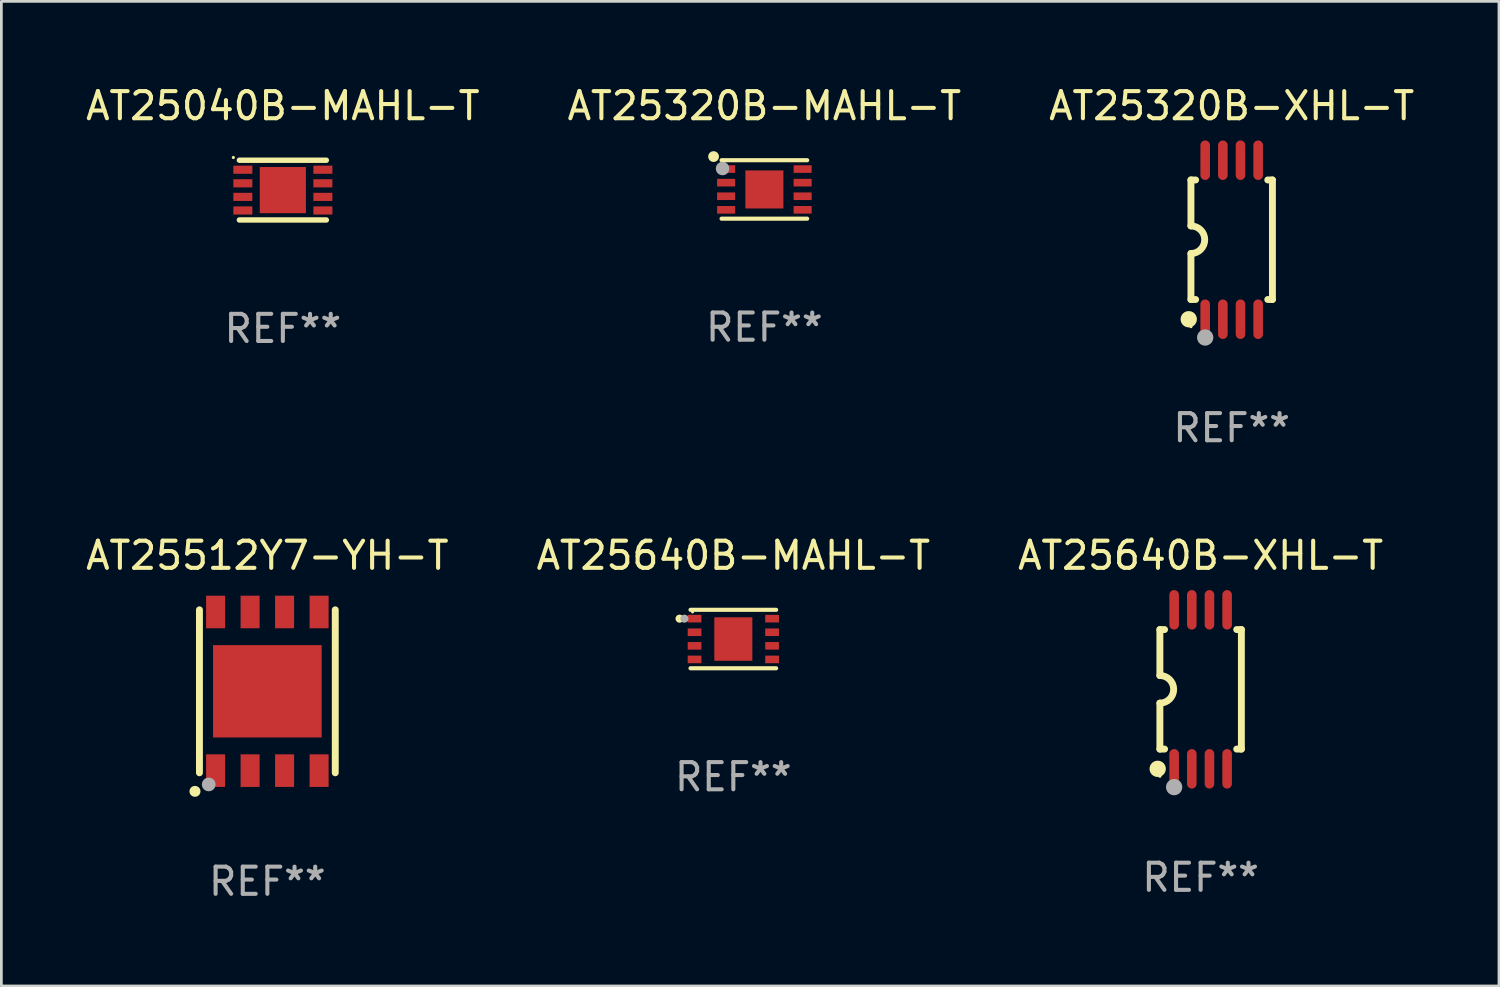
<source format=kicad_pcb>
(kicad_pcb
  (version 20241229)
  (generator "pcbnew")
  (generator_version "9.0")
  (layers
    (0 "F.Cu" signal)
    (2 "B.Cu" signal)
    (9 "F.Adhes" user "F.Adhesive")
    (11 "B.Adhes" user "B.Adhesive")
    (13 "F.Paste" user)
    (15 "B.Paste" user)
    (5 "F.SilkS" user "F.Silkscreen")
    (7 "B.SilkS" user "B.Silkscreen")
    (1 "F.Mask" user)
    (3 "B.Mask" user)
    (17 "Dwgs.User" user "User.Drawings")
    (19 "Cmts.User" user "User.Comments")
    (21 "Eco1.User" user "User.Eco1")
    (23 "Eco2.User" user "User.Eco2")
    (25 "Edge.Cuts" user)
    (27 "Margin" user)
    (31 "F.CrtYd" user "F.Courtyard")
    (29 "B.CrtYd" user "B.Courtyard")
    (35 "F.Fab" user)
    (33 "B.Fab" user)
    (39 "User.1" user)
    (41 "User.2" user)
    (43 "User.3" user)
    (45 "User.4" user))
  (footprint "AT25640B-XHL-T"
    (layer "F.Cu")
    (at 41.149 22.326)
    (property "Reference" "AT25640B-XHL-T" (at 0 -4.927 0) (layer "F.SilkS") (effects (font (size 1 1) (thickness 0.15))))
    (attr through_hole)
    (fp_line (start -1.5 -2.2) (end -1.5 -0.508) (stroke (width 0.254) (type solid)) (layer "F.SilkS"))
    (fp_line (start -1.5 -2.2) (end -1.328 -2.2) (stroke (width 0.254) (type solid)) (layer "F.SilkS"))
    (fp_line (start -1.5 2.2) (end -1.5 0.508) (stroke (width 0.254) (type solid)) (layer "F.SilkS"))
    (fp_line (start -1.5 2.2) (end -1.328 2.2) (stroke (width 0.254) (type solid)) (layer "F.SilkS"))
    (fp_line (start 1.328 -2.2) (end 1.5 -2.2) (stroke (width 0.254) (type solid)) (layer "F.SilkS"))
    (fp_line (start 1.328 2.2) (end 1.5 2.2) (stroke (width 0.254) (type solid)) (layer "F.SilkS"))
    (fp_line (start 1.5 -2.2) (end 1.5 2.2) (stroke (width 0.254) (type solid)) (layer "F.SilkS"))
    (fp_arc (start -1.501144 -0.508) (mid -0.993143 -0.000571) (end -1.5 0.508001) (stroke (width 0.254001) (type solid)) (layer "F.SilkS"))
    (fp_circle (center -1.581 2.927) (end -1.431 2.927) (stroke (width 0.3) (type solid)) (fill no) (layer "F.SilkS"))
    (fp_circle (center -1.5 3.2) (end -1.47 3.2) (stroke (width 0.06) (type solid)) (fill no) (layer "F.SilkS"))
    (fp_circle (center -0.975 3.6) (end -0.825 3.6) (stroke (width 0.3) (type solid)) (fill no) (layer "F.Fab"))
    (fp_text user "REF**" (at 0 6.927 0) (layer "F.Fab") (effects (font (size 1 1) (thickness 0.15))))
    (pad "1" smd oval (at -0.975 2.927) (size 0.353 1.454) (layers "F.Cu" "F.Mask" "F.Paste"))
    (pad "2" smd oval (at -0.325 2.927) (size 0.353 1.454) (layers "F.Cu" "F.Mask" "F.Paste"))
    (pad "3" smd oval (at 0.325 2.927) (size 0.353 1.454) (layers "F.Cu" "F.Mask" "F.Paste"))
    (pad "4" smd oval (at 0.975 2.927) (size 0.353 1.454) (layers "F.Cu" "F.Mask" "F.Paste"))
    (pad "5" smd oval (at 0.975 -2.927) (size 0.353 1.454) (layers "F.Cu" "F.Mask" "F.Paste"))
    (pad "6" smd oval (at 0.325 -2.927) (size 0.353 1.454) (layers "F.Cu" "F.Mask" "F.Paste"))
    (pad "7" smd oval (at -0.325 -2.927) (size 0.353 1.454) (layers "F.Cu" "F.Mask" "F.Paste"))
    (pad "8" smd oval (at -0.975 -2.927) (size 0.353 1.454) (layers "F.Cu" "F.Mask" "F.Paste")))
  (footprint "AT25040B-MAHL-T"
    (layer "F.Cu")
    (at 7.363 3.948)
    (property "Reference" "AT25040B-MAHL-T" (at 0 -3.1 0) (layer "F.SilkS") (effects (font (size 1 1) (thickness 0.15))))
    (attr through_hole)
    (fp_line (start -1.6 -1.1) (end 1.6 -1.1) (stroke (width 0.2) (type solid)) (layer "F.SilkS"))
    (fp_line (start -1.6 1.1) (end 1.6 1.1) (stroke (width 0.2) (type solid)) (layer "F.SilkS"))
    (fp_circle (center -1.823 -1.2) (end -1.793 -1.2) (stroke (width 0.06) (type solid)) (fill no) (layer "F.SilkS"))
    (fp_text user "REF**" (at 0 5.1 0) (layer "F.Fab") (effects (font (size 1 1) (thickness 0.15))))
    (pad "1" smd rect (at -1.473 -0.75) (size 0.7 0.3) (layers "F.Cu" "F.Mask" "F.Paste"))
    (pad "2" smd rect (at -1.473 -0.25) (size 0.7 0.3) (layers "F.Cu" "F.Mask" "F.Paste"))
    (pad "3" smd rect (at -1.473 0.25) (size 0.7 0.3) (layers "F.Cu" "F.Mask" "F.Paste"))
    (pad "4" smd rect (at -1.473 0.75) (size 0.7 0.3) (layers "F.Cu" "F.Mask" "F.Paste"))
    (pad "5" smd rect (at 1.473 0.75) (size 0.7 0.3) (layers "F.Cu" "F.Mask" "F.Paste"))
    (pad "6" smd rect (at 1.473 0.25) (size 0.7 0.3) (layers "F.Cu" "F.Mask" "F.Paste"))
    (pad "7" smd rect (at 1.473 -0.25) (size 0.7 0.3) (layers "F.Cu" "F.Mask" "F.Paste"))
    (pad "8" smd rect (at 1.473 -0.75) (size 0.7 0.3) (layers "F.Cu" "F.Mask" "F.Paste"))
    (pad "9" smd rect (at -0.001 -0.000254) (size 1.7 1.7) (layers "F.Cu" "F.Mask" "F.Paste")))
  (footprint "AT25512Y7-YH-T"
    (layer "F.Cu")
    (at 6.792 22.399)
    (property "Reference" "AT25512Y7-YH-T" (at 0 -5 0) (layer "F.SilkS") (effects (font (size 1 1) (thickness 0.15))))
    (attr through_hole)
    (fp_line (start -2.5 -3) (end -2.5 3) (stroke (width 0.254) (type solid)) (layer "F.SilkS"))
    (fp_line (start 2.5 -3) (end 2.5 3) (stroke (width 0.254) (type solid)) (layer "F.SilkS"))
    (fp_arc (start -2.667005 3.683007) (mid -2.664465 3.682991) (end -2.661925 3.683007) (stroke (width 0.4) (type solid)) (layer "F.SilkS"))
    (fp_circle (center -2.5 3) (end -2.47 3) (stroke (width 0.06) (type solid)) (fill no) (layer "F.SilkS"))
    (fp_circle (center -2.159 3.429) (end -2.032 3.429) (stroke (width 0.254) (type solid)) (fill no) (layer "F.Fab"))
    (fp_text user "REF**" (at 0 7 0) (layer "F.Fab") (effects (font (size 1 1) (thickness 0.15))))
    (pad "1" smd rect (at -1.905 2.92 90) (size 1.2 0.7) (layers "F.Cu" "F.Mask" "F.Paste"))
    (pad "2" smd rect (at -0.635 2.92 90) (size 1.2 0.7) (layers "F.Cu" "F.Mask" "F.Paste"))
    (pad "3" smd rect (at 0.635 2.92 90) (size 1.2 0.7) (layers "F.Cu" "F.Mask" "F.Paste"))
    (pad "4" smd rect (at 1.905 2.92 90) (size 1.2 0.7) (layers "F.Cu" "F.Mask" "F.Paste"))
    (pad "5" smd rect (at 1.905 -2.92 90) (size 1.2 0.7) (layers "F.Cu" "F.Mask" "F.Paste"))
    (pad "6" smd rect (at 0.635 -2.92 90) (size 1.2 0.7) (layers "F.Cu" "F.Mask" "F.Paste"))
    (pad "7" smd rect (at -0.635 -2.92 90) (size 1.2 0.7) (layers "F.Cu" "F.Mask" "F.Paste"))
    (pad "8" smd rect (at -1.905 -2.92 90) (size 1.2 0.7) (layers "F.Cu" "F.Mask" "F.Paste"))
    (pad "9" smd rect (at 0 0 90) (size 3.4 4) (layers "F.Cu" "F.Mask" "F.Paste")))
  (footprint "AT25320B-XHL-T"
    (layer "F.Cu")
    (at 42.292 5.775)
    (property "Reference" "AT25320B-XHL-T" (at 0 -4.927 0) (layer "F.SilkS") (effects (font (size 1 1) (thickness 0.15))))
    (attr through_hole)
    (fp_line (start -1.5 -2.2) (end -1.5 -0.508) (stroke (width 0.254) (type solid)) (layer "F.SilkS"))
    (fp_line (start -1.5 -2.2) (end -1.328 -2.2) (stroke (width 0.254) (type solid)) (layer "F.SilkS"))
    (fp_line (start -1.5 2.2) (end -1.5 0.508) (stroke (width 0.254) (type solid)) (layer "F.SilkS"))
    (fp_line (start -1.5 2.2) (end -1.328 2.2) (stroke (width 0.254) (type solid)) (layer "F.SilkS"))
    (fp_line (start 1.328 -2.2) (end 1.5 -2.2) (stroke (width 0.254) (type solid)) (layer "F.SilkS"))
    (fp_line (start 1.328 2.2) (end 1.5 2.2) (stroke (width 0.254) (type solid)) (layer "F.SilkS"))
    (fp_line (start 1.5 -2.2) (end 1.5 2.2) (stroke (width 0.254) (type solid)) (layer "F.SilkS"))
    (fp_arc (start -1.501144 -0.508) (mid -0.993143 -0.000571) (end -1.5 0.508001) (stroke (width 0.254001) (type solid)) (layer "F.SilkS"))
    (fp_circle (center -1.581 2.927) (end -1.431 2.927) (stroke (width 0.3) (type solid)) (fill no) (layer "F.SilkS"))
    (fp_circle (center -1.5 3.2) (end -1.47 3.2) (stroke (width 0.06) (type solid)) (fill no) (layer "F.SilkS"))
    (fp_circle (center -0.975 3.6) (end -0.825 3.6) (stroke (width 0.3) (type solid)) (fill no) (layer "F.Fab"))
    (fp_text user "REF**" (at 0 6.927 0) (layer "F.Fab") (effects (font (size 1 1) (thickness 0.15))))
    (pad "1" smd oval (at -0.975 2.927) (size 0.353 1.454) (layers "F.Cu" "F.Mask" "F.Paste"))
    (pad "2" smd oval (at -0.325 2.927) (size 0.353 1.454) (layers "F.Cu" "F.Mask" "F.Paste"))
    (pad "3" smd oval (at 0.325 2.927) (size 0.353 1.454) (layers "F.Cu" "F.Mask" "F.Paste"))
    (pad "4" smd oval (at 0.975 2.927) (size 0.353 1.454) (layers "F.Cu" "F.Mask" "F.Paste"))
    (pad "5" smd oval (at 0.975 -2.927) (size 0.353 1.454) (layers "F.Cu" "F.Mask" "F.Paste"))
    (pad "6" smd oval (at 0.325 -2.927) (size 0.353 1.454) (layers "F.Cu" "F.Mask" "F.Paste"))
    (pad "7" smd oval (at -0.325 -2.927) (size 0.353 1.454) (layers "F.Cu" "F.Mask" "F.Paste"))
    (pad "8" smd oval (at -0.975 -2.927) (size 0.353 1.454) (layers "F.Cu" "F.Mask" "F.Paste")))
  (footprint "AT25640B-MAHL-T"
    (layer "F.Cu")
    (at 23.946 20.475)
    (property "Reference" "AT25640B-MAHL-T" (at 0 -3.076 0) (layer "F.SilkS") (effects (font (size 1 1) (thickness 0.15))))
    (attr through_hole)
    (fp_line (start -1.576 -1.076) (end 1.576 -1.076) (stroke (width 0.152) (type solid)) (layer "F.SilkS"))
    (fp_line (start -1.576 1.076) (end 1.576 1.076) (stroke (width 0.152) (type solid)) (layer "F.SilkS"))
    (fp_circle (center -1.98 -0.75) (end -1.905 -0.75) (stroke (width 0.15) (type solid)) (fill no) (layer "F.SilkS"))
    (fp_circle (center -1.5 -1) (end -1.47 -1) (stroke (width 0.06) (type solid)) (fill no) (layer "F.SilkS"))
    (fp_circle (center -1.8 -0.75) (end -1.725 -0.75) (stroke (width 0.15) (type solid)) (fill no) (layer "F.Fab"))
    (fp_text user "REF**" (at 0 5.076 0) (layer "F.Fab") (effects (font (size 1 1) (thickness 0.15))))
    (pad "1" smd rect (at -1.427 -0.75) (size 0.505 0.28) (layers "F.Cu" "F.Mask" "F.Paste"))
    (pad "2" smd rect (at -1.427 -0.25) (size 0.505 0.28) (layers "F.Cu" "F.Mask" "F.Paste"))
    (pad "3" smd rect (at -1.427 0.25) (size 0.505 0.28) (layers "F.Cu" "F.Mask" "F.Paste"))
    (pad "4" smd rect (at -1.427 0.75) (size 0.505 0.28) (layers "F.Cu" "F.Mask" "F.Paste"))
    (pad "5" smd rect (at 1.427 0.75) (size 0.505 0.28) (layers "F.Cu" "F.Mask" "F.Paste"))
    (pad "6" smd rect (at 1.427 0.25) (size 0.505 0.28) (layers "F.Cu" "F.Mask" "F.Paste"))
    (pad "7" smd rect (at 1.427 -0.25) (size 0.505 0.28) (layers "F.Cu" "F.Mask" "F.Paste"))
    (pad "8" smd rect (at 1.427 -0.75) (size 0.505 0.28) (layers "F.Cu" "F.Mask" "F.Paste"))
    (pad "9" smd rect (at 0 0) (size 1.4 1.6) (layers "F.Cu" "F.Mask" "F.Paste")))
  (footprint "AT25320B-MAHL-T"
    (layer "F.Cu")
    (at 25.089 3.924)
    (property "Reference" "AT25320B-MAHL-T" (at 0 -3.076 0) (layer "F.SilkS") (effects (font (size 1 1) (thickness 0.15))))
    (attr through_hole)
    (fp_line (start -1.576 -1.076) (end 1.576 -1.076) (stroke (width 0.152) (type solid)) (layer "F.SilkS"))
    (fp_line (start -1.576 1.076) (end 1.576 1.076) (stroke (width 0.152) (type solid)) (layer "F.SilkS"))
    (fp_circle (center -1.87 -1.21) (end -1.77 -1.21) (stroke (width 0.2) (type solid)) (fill no) (layer "F.SilkS"))
    (fp_circle (center -1.5 -1) (end -1.47 -1) (stroke (width 0.06) (type solid)) (fill no) (layer "F.SilkS"))
    (fp_circle (center -1.54 -0.77) (end -1.415 -0.77) (stroke (width 0.25) (type solid)) (fill no) (layer "F.Fab"))
    (fp_text user "REF**" (at 0 5.076 0) (layer "F.Fab") (effects (font (size 1 1) (thickness 0.15))))
    (pad "1" smd rect (at -1.408 -0.75 270) (size 0.28 0.665) (layers "F.Cu" "F.Mask" "F.Paste"))
    (pad "2" smd rect (at -1.408 -0.25 270) (size 0.28 0.665) (layers "F.Cu" "F.Mask" "F.Paste"))
    (pad "3" smd rect (at -1.408 0.25 270) (size 0.28 0.665) (layers "F.Cu" "F.Mask" "F.Paste"))
    (pad "4" smd rect (at -1.408 0.75 270) (size 0.28 0.665) (layers "F.Cu" "F.Mask" "F.Paste"))
    (pad "5" smd rect (at 1.408 0.75 270) (size 0.28 0.665) (layers "F.Cu" "F.Mask" "F.Paste"))
    (pad "6" smd rect (at 1.408 0.25 270) (size 0.28 0.665) (layers "F.Cu" "F.Mask" "F.Paste"))
    (pad "7" smd rect (at 1.408 -0.25 270) (size 0.28 0.665) (layers "F.Cu" "F.Mask" "F.Paste"))
    (pad "8" smd rect (at 1.408 -0.75 270) (size 0.28 0.665) (layers "F.Cu" "F.Mask" "F.Paste"))
    (pad "9" smd rect (at -0.000102 -0.000051 270) (size 1.4 1.4) (layers "F.Cu" "F.Mask" "F.Paste")))
  (gr_rect
    (start -3 -3)
    (end 52.131 33.247)
    (stroke (width 0.1) (type default))
    (fill no)
    (layer "Edge.Cuts")))
</source>
